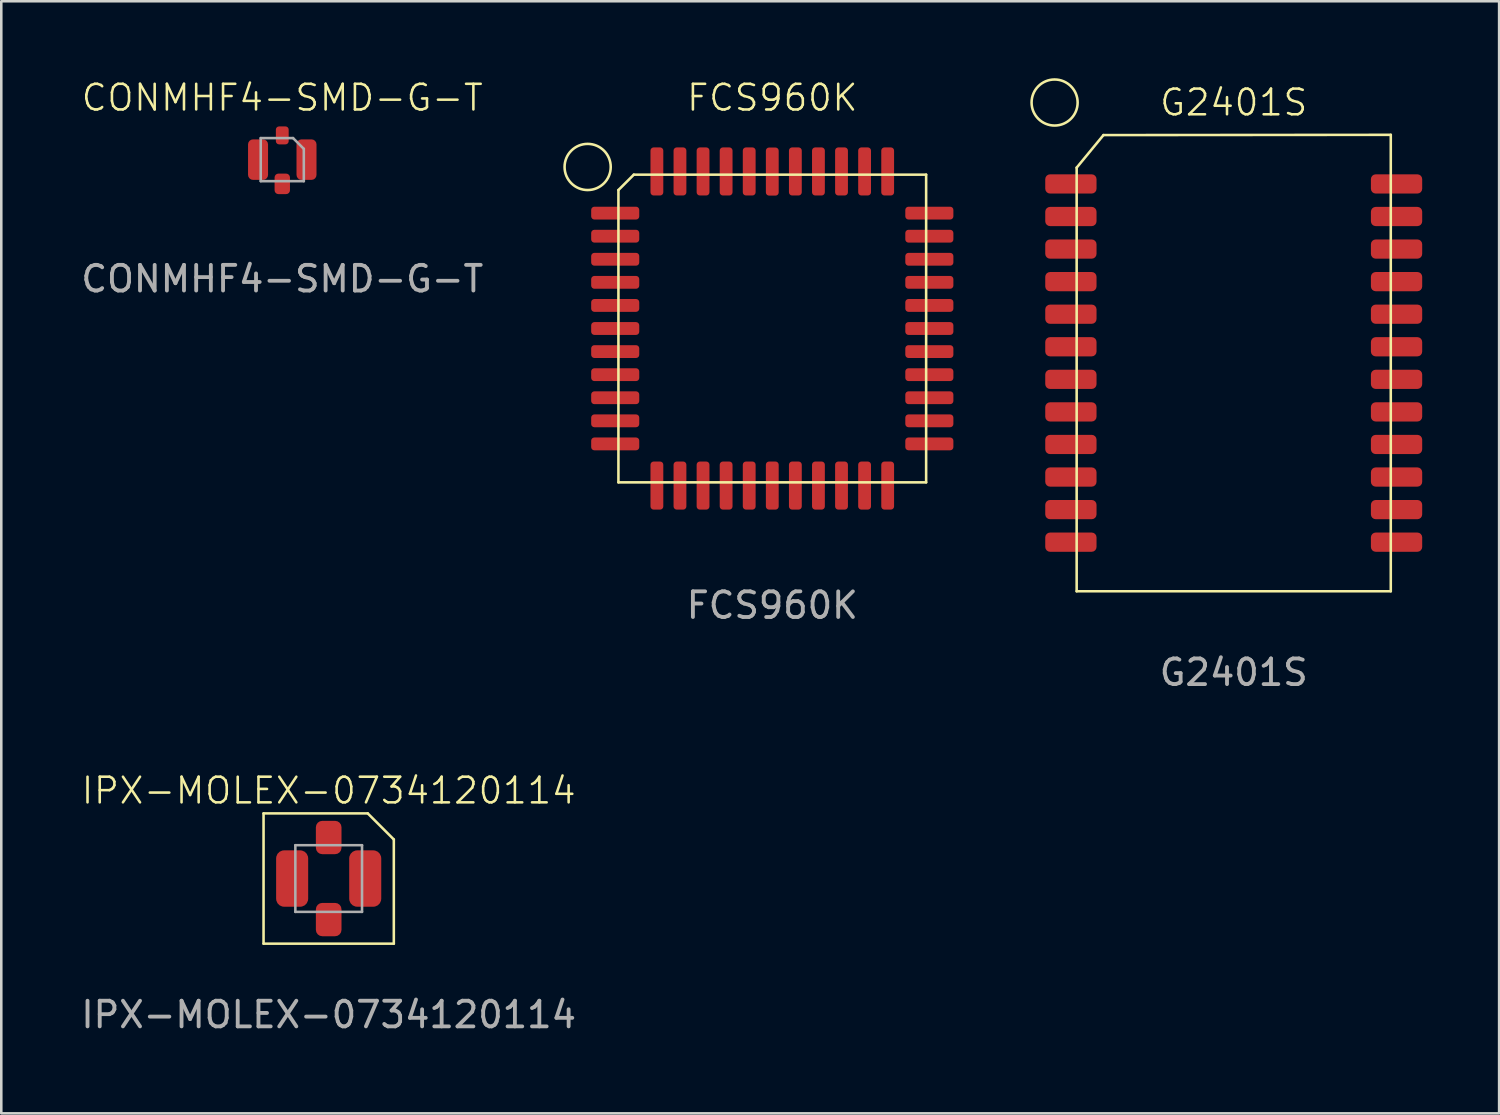
<source format=kicad_pcb>
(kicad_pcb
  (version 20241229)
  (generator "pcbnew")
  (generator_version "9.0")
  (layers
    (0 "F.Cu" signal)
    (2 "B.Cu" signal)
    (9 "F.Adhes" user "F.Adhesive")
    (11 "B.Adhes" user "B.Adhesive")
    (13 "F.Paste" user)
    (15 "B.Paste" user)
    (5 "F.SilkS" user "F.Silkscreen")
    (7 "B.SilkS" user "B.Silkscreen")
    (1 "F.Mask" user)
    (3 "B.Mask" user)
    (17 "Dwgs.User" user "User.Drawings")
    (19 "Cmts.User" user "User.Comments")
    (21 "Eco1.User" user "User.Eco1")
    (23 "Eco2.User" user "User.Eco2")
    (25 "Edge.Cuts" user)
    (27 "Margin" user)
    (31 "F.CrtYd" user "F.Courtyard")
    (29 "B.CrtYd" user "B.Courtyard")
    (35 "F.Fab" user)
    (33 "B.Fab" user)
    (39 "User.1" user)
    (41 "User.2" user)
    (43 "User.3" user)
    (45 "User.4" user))
  (footprint "CONMHF4-SMD-G-T"
    (layer "F.Cu")
    (at 7.958 3.175)
    (property "Reference" "CONMHF4-SMD-G-T" (at 0 -2.415 0) (unlocked yes) (layer "F.SilkS") (effects (font (size 1 1) (thickness 0.1))))
    (attr smd)
    (fp_line (start -0.84 -0.84) (end 0.42 -0.84) (stroke (width 0.1) (type default)) (layer "F.Fab"))
    (fp_line (start -0.84 0.84) (end -0.84 -0.84) (stroke (width 0.1) (type default)) (layer "F.Fab"))
    (fp_line (start 0.42 -0.84) (end 0.84 -0.42) (stroke (width 0.1) (type default)) (layer "F.Fab"))
    (fp_line (start 0.84 -0.42) (end 0.84 0.84) (stroke (width 0.1) (type default)) (layer "F.Fab"))
    (fp_line (start 0.84 0.84) (end -0.84 0.84) (stroke (width 0.1) (type default)) (layer "F.Fab"))
    (fp_text user "${REFERENCE}" (at 0 4.65 0) (unlocked yes) (layer "F.Fab") (effects (font (size 1 1) (thickness 0.15))))
    (pad "1" smd roundrect (at -0.945 0) (size 0.78 1.58) (layers "F.Cu" "F.Mask" "F.Paste") (roundrect_rratio 0.25))
    (pad "1" smd roundrect (at 0 -0.945) (size 0.5 0.7) (layers "F.Cu" "F.Mask" "F.Paste") (roundrect_rratio 0.25))
    (pad "1" smd roundrect (at 0.945 0) (size 0.78 1.58) (layers "F.Cu" "F.Mask" "F.Paste") (roundrect_rratio 0.25))
    (pad "2" smd roundrect (at 0 0.945) (size 0.6 0.8) (layers "F.Cu" "F.Mask" "F.Paste") (roundrect_rratio 0.25)))
  (footprint "FCS960K"
    (layer "F.Cu")
    (at 27.067 9.761)
    (property "Reference" "FCS960K" (at 0 -9 0) (unlocked yes) (layer "F.SilkS") (effects (font (size 1 1) (thickness 0.1))))
    (attr smd)
    (fp_line (start -6 6) (end -6 -5.4) (stroke (width 0.1) (type default)) (layer "F.SilkS"))
    (fp_line (start -5.4 -6) (end -6 -5.4) (stroke (width 0.1) (type default)) (layer "F.SilkS"))
    (fp_line (start -5.4 -6) (end 6 -6) (stroke (width 0.1) (type default)) (layer "F.SilkS"))
    (fp_line (start 6 -6) (end 6 6) (stroke (width 0.1) (type default)) (layer "F.SilkS"))
    (fp_line (start 6 6) (end -6 6) (stroke (width 0.1) (type default)) (layer "F.SilkS"))
    (fp_circle (center -7.2 -6.3) (end -6.3 -6.3) (stroke (width 0.1) (type default)) (fill no) (layer "F.SilkS"))
    (fp_text user "${REFERENCE}" (at 0 10.795 0) (unlocked yes) (layer "F.Fab") (effects (font (size 1 1) (thickness 0.15))))
    (pad "1" smd roundrect (at -6.125 -4.5 90) (size 0.5 1.875) (layers "F.Cu" "F.Mask" "F.Paste") (roundrect_rratio 0.25))
    (pad "2" smd roundrect (at -6.125 -3.6 90) (size 0.5 1.875) (layers "F.Cu" "F.Mask" "F.Paste") (roundrect_rratio 0.25))
    (pad "3" smd roundrect (at -6.125 -2.7 90) (size 0.5 1.875) (layers "F.Cu" "F.Mask" "F.Paste") (roundrect_rratio 0.25))
    (pad "4" smd roundrect (at -6.125 -1.8 90) (size 0.5 1.875) (layers "F.Cu" "F.Mask" "F.Paste") (roundrect_rratio 0.25))
    (pad "5" smd roundrect (at -6.125 -0.9 90) (size 0.5 1.875) (layers "F.Cu" "F.Mask" "F.Paste") (roundrect_rratio 0.25))
    (pad "6" smd roundrect (at -6.125 0 90) (size 0.5 1.875) (layers "F.Cu" "F.Mask" "F.Paste") (roundrect_rratio 0.25))
    (pad "7" smd roundrect (at -6.125 0.9 90) (size 0.5 1.875) (layers "F.Cu" "F.Mask" "F.Paste") (roundrect_rratio 0.25))
    (pad "8" smd roundrect (at -6.125 1.8 90) (size 0.5 1.875) (layers "F.Cu" "F.Mask" "F.Paste") (roundrect_rratio 0.25))
    (pad "9" smd roundrect (at -6.125 2.7 90) (size 0.5 1.875) (layers "F.Cu" "F.Mask" "F.Paste") (roundrect_rratio 0.25))
    (pad "10" smd roundrect (at -6.125 3.6 90) (size 0.5 1.875) (layers "F.Cu" "F.Mask" "F.Paste") (roundrect_rratio 0.25))
    (pad "11" smd roundrect (at -6.125 4.5 90) (size 0.5 1.875) (layers "F.Cu" "F.Mask" "F.Paste") (roundrect_rratio 0.25))
    (pad "12" smd roundrect (at -4.5 6.125) (size 0.5 1.875) (layers "F.Cu" "F.Mask" "F.Paste") (roundrect_rratio 0.25))
    (pad "13" smd roundrect (at -3.6 6.125) (size 0.5 1.875) (layers "F.Cu" "F.Mask" "F.Paste") (roundrect_rratio 0.25))
    (pad "14" smd roundrect (at -2.7 6.125) (size 0.5 1.875) (layers "F.Cu" "F.Mask" "F.Paste") (roundrect_rratio 0.25))
    (pad "15" smd roundrect (at -1.8 6.125) (size 0.5 1.875) (layers "F.Cu" "F.Mask" "F.Paste") (roundrect_rratio 0.25))
    (pad "16" smd roundrect (at -0.9 6.125) (size 0.5 1.875) (layers "F.Cu" "F.Mask" "F.Paste") (roundrect_rratio 0.25))
    (pad "17" smd roundrect (at 0 6.125) (size 0.5 1.875) (layers "F.Cu" "F.Mask" "F.Paste") (roundrect_rratio 0.25))
    (pad "18" smd roundrect (at 0.9 6.125) (size 0.5 1.875) (layers "F.Cu" "F.Mask" "F.Paste") (roundrect_rratio 0.25))
    (pad "19" smd roundrect (at 1.8 6.125) (size 0.5 1.875) (layers "F.Cu" "F.Mask" "F.Paste") (roundrect_rratio 0.25))
    (pad "20" smd roundrect (at 2.7 6.125) (size 0.5 1.875) (layers "F.Cu" "F.Mask" "F.Paste") (roundrect_rratio 0.25))
    (pad "21" smd roundrect (at 3.6 6.125) (size 0.5 1.875) (layers "F.Cu" "F.Mask" "F.Paste") (roundrect_rratio 0.25))
    (pad "22" smd roundrect (at 4.5 6.125) (size 0.5 1.875) (layers "F.Cu" "F.Mask" "F.Paste") (roundrect_rratio 0.25))
    (pad "23" smd roundrect (at 6.125 4.5 90) (size 0.5 1.875) (layers "F.Cu" "F.Mask" "F.Paste") (roundrect_rratio 0.25))
    (pad "24" smd roundrect (at 6.125 3.6 90) (size 0.5 1.875) (layers "F.Cu" "F.Mask" "F.Paste") (roundrect_rratio 0.25))
    (pad "25" smd roundrect (at 6.125 2.7 90) (size 0.5 1.875) (layers "F.Cu" "F.Mask" "F.Paste") (roundrect_rratio 0.25))
    (pad "26" smd roundrect (at 6.125 1.8 90) (size 0.5 1.875) (layers "F.Cu" "F.Mask" "F.Paste") (roundrect_rratio 0.25))
    (pad "27" smd roundrect (at 6.125 0.9 90) (size 0.5 1.875) (layers "F.Cu" "F.Mask" "F.Paste") (roundrect_rratio 0.25))
    (pad "28" smd roundrect (at 6.125 0 90) (size 0.5 1.875) (layers "F.Cu" "F.Mask" "F.Paste") (roundrect_rratio 0.25))
    (pad "29" smd roundrect (at 6.125 -0.9 90) (size 0.5 1.875) (layers "F.Cu" "F.Mask" "F.Paste") (roundrect_rratio 0.25))
    (pad "30" smd roundrect (at 6.125 -1.8 90) (size 0.5 1.875) (layers "F.Cu" "F.Mask" "F.Paste") (roundrect_rratio 0.25))
    (pad "31" smd roundrect (at 6.125 -2.7 90) (size 0.5 1.875) (layers "F.Cu" "F.Mask" "F.Paste") (roundrect_rratio 0.25))
    (pad "32" smd roundrect (at 6.125 -3.6 90) (size 0.5 1.875) (layers "F.Cu" "F.Mask" "F.Paste") (roundrect_rratio 0.25))
    (pad "33" smd roundrect (at 6.125 -4.5 90) (size 0.5 1.875) (layers "F.Cu" "F.Mask" "F.Paste") (roundrect_rratio 0.25))
    (pad "34" smd roundrect (at 4.5 -6.125) (size 0.5 1.875) (layers "F.Cu" "F.Mask" "F.Paste") (roundrect_rratio 0.25))
    (pad "35" smd roundrect (at 3.6 -6.125) (size 0.5 1.875) (layers "F.Cu" "F.Mask" "F.Paste") (roundrect_rratio 0.25))
    (pad "36" smd roundrect (at 2.7 -6.125) (size 0.5 1.875) (layers "F.Cu" "F.Mask" "F.Paste") (roundrect_rratio 0.25))
    (pad "37" smd roundrect (at 1.8 -6.125) (size 0.5 1.875) (layers "F.Cu" "F.Mask" "F.Paste") (roundrect_rratio 0.25))
    (pad "38" smd roundrect (at 0.9 -6.125) (size 0.5 1.875) (layers "F.Cu" "F.Mask" "F.Paste") (roundrect_rratio 0.25))
    (pad "39" smd roundrect (at 0 -6.12) (size 0.5 1.875) (layers "F.Cu" "F.Mask" "F.Paste") (roundrect_rratio 0.25))
    (pad "40" smd roundrect (at -0.9 -6.125) (size 0.5 1.875) (layers "F.Cu" "F.Mask" "F.Paste") (roundrect_rratio 0.25))
    (pad "41" smd roundrect (at -1.8 -6.125) (size 0.5 1.875) (layers "F.Cu" "F.Mask" "F.Paste") (roundrect_rratio 0.25))
    (pad "42" smd roundrect (at -2.7 -6.125) (size 0.5 1.875) (layers "F.Cu" "F.Mask" "F.Paste") (roundrect_rratio 0.25))
    (pad "43" smd roundrect (at -3.6 -6.125) (size 0.5 1.875) (layers "F.Cu" "F.Mask" "F.Paste") (roundrect_rratio 0.25))
    (pad "44" smd roundrect (at -4.5 -6.125) (size 0.5 1.875) (layers "F.Cu" "F.Mask" "F.Paste") (roundrect_rratio 0.25)))
  (footprint "IPX-MOLEX-0734120114"
    (layer "F.Cu")
    (at 9.768 31.211)
    (property "Reference" "IPX-MOLEX-0734120114" (at 0 -3.429 0) (unlocked yes) (layer "F.SilkS") (effects (font (size 1 1) (thickness 0.1))))
    (attr smd)
    (fp_line (start -2.54 -2.54) (end -2.54 2.54) (stroke (width 0.1) (type default)) (layer "F.SilkS"))
    (fp_line (start -2.54 2.54) (end 2.54 2.54) (stroke (width 0.1) (type default)) (layer "F.SilkS"))
    (fp_line (start 1.524 -2.54) (end -2.54 -2.54) (stroke (width 0.1) (type default)) (layer "F.SilkS"))
    (fp_line (start 1.524 -2.54) (end 2.54 -1.524) (stroke (width 0.1) (type default)) (layer "F.SilkS"))
    (fp_line (start 2.54 2.54) (end 2.54 -1.524) (stroke (width 0.1) (type default)) (layer "F.SilkS"))
    (fp_line (start -1.3 -1.3) (end 1.3 -1.3) (stroke (width 0.1) (type default)) (layer "F.Fab"))
    (fp_line (start -1.3 1.3) (end -1.3 -1.3) (stroke (width 0.1) (type default)) (layer "F.Fab"))
    (fp_line (start 1.3 -1.3) (end 1.3 1.3) (stroke (width 0.1) (type default)) (layer "F.Fab"))
    (fp_line (start 1.3 1.3) (end -1.3 1.3) (stroke (width 0.1) (type default)) (layer "F.Fab"))
    (fp_text user "${REFERENCE}" (at 0 5.31 0) (unlocked yes) (layer "F.Fab") (effects (font (size 1 1) (thickness 0.15))))
    (pad "1" smd roundrect (at -1.425 0) (size 1.25 2.2) (layers "F.Cu" "F.Mask" "F.Paste") (roundrect_rratio 0.25))
    (pad "1" smd roundrect (at 0 -1.6) (size 1 1.3) (layers "F.Cu" "F.Mask" "F.Paste") (roundrect_rratio 0.25))
    (pad "1" smd roundrect (at 1.425 0) (size 1.25 2.2) (layers "F.Cu" "F.Mask" "F.Paste") (roundrect_rratio 0.25))
    (pad "2" smd roundrect (at 0 1.6) (size 1 1.3) (layers "F.Cu" "F.Mask" "F.Paste") (roundrect_rratio 0.25)))
  (footprint "G2401S"
    (layer "F.Cu")
    (at 45.062 11.108)
    (property "Reference" "G2401S" (at 0 -10.16 0) (unlocked yes) (layer "F.SilkS") (effects (font (size 1 1) (thickness 0.1))))
    (attr smd)
    (fp_line (start -6.125 8.9) (end -6.125 -7.62) (stroke (width 0.1) (type default)) (layer "F.SilkS"))
    (fp_line (start -5.08 -8.89) (end -6.125 -7.62) (stroke (width 0.1) (type default)) (layer "F.SilkS"))
    (fp_line (start -5.08 -8.89) (end 6.125 -8.9) (stroke (width 0.1) (type default)) (layer "F.SilkS"))
    (fp_line (start 6.125 -8.9) (end 6.125 8.9) (stroke (width 0.1) (type default)) (layer "F.SilkS"))
    (fp_line (start 6.125 8.9) (end -6.125 8.9) (stroke (width 0.1) (type default)) (layer "F.SilkS"))
    (fp_circle (center -6.985 -10.16) (end -6.35 -9.525) (stroke (width 0.1) (type default)) (fill no) (layer "F.SilkS"))
    (fp_text user "${REFERENCE}" (at 0 12.065 0) (unlocked yes) (layer "F.Fab") (effects (font (size 1 1) (thickness 0.15))))
    (pad "1" smd roundrect (at -6.35 -6.985) (size 2 0.75) (layers "F.Cu" "F.Mask" "F.Paste") (roundrect_rratio 0.25))
    (pad "2" smd roundrect (at -6.35 -5.715) (size 2 0.75) (layers "F.Cu" "F.Mask" "F.Paste") (roundrect_rratio 0.25))
    (pad "3" smd roundrect (at -6.35 -4.445) (size 2 0.75) (layers "F.Cu" "F.Mask" "F.Paste") (roundrect_rratio 0.25))
    (pad "4" smd roundrect (at -6.35 -3.175) (size 2 0.75) (layers "F.Cu" "F.Mask" "F.Paste") (roundrect_rratio 0.25))
    (pad "5" smd roundrect (at -6.35 -1.905) (size 2 0.75) (layers "F.Cu" "F.Mask" "F.Paste") (roundrect_rratio 0.25))
    (pad "6" smd roundrect (at -6.35 -0.635) (size 2 0.75) (layers "F.Cu" "F.Mask" "F.Paste") (roundrect_rratio 0.25))
    (pad "7" smd roundrect (at -6.35 0.635) (size 2 0.75) (layers "F.Cu" "F.Mask" "F.Paste") (roundrect_rratio 0.25))
    (pad "8" smd roundrect (at -6.35 1.905) (size 2 0.75) (layers "F.Cu" "F.Mask" "F.Paste") (roundrect_rratio 0.25))
    (pad "9" smd roundrect (at -6.35 3.175) (size 2 0.75) (layers "F.Cu" "F.Mask" "F.Paste") (roundrect_rratio 0.25))
    (pad "10" smd roundrect (at -6.35 4.445) (size 2 0.75) (layers "F.Cu" "F.Mask" "F.Paste") (roundrect_rratio 0.25))
    (pad "11" smd roundrect (at -6.35 5.715) (size 2 0.75) (layers "F.Cu" "F.Mask" "F.Paste") (roundrect_rratio 0.25))
    (pad "12" smd roundrect (at -6.35 6.985) (size 2 0.75) (layers "F.Cu" "F.Mask" "F.Paste") (roundrect_rratio 0.25))
    (pad "13" smd roundrect (at 6.35 6.985) (size 2 0.75) (layers "F.Cu" "F.Mask" "F.Paste") (roundrect_rratio 0.25))
    (pad "14" smd roundrect (at 6.35 5.715) (size 2 0.75) (layers "F.Cu" "F.Mask" "F.Paste") (roundrect_rratio 0.25))
    (pad "15" smd roundrect (at 6.35 4.445) (size 2 0.75) (layers "F.Cu" "F.Mask" "F.Paste") (roundrect_rratio 0.25))
    (pad "16" smd roundrect (at 6.35 3.175) (size 2 0.75) (layers "F.Cu" "F.Mask" "F.Paste") (roundrect_rratio 0.25))
    (pad "17" smd roundrect (at 6.35 1.905) (size 2 0.75) (layers "F.Cu" "F.Mask" "F.Paste") (roundrect_rratio 0.25))
    (pad "18" smd roundrect (at 6.35 0.635) (size 2 0.75) (layers "F.Cu" "F.Mask" "F.Paste") (roundrect_rratio 0.25))
    (pad "19" smd roundrect (at 6.35 -0.635) (size 2 0.75) (layers "F.Cu" "F.Mask" "F.Paste") (roundrect_rratio 0.25))
    (pad "20" smd roundrect (at 6.35 -1.905) (size 2 0.75) (layers "F.Cu" "F.Mask" "F.Paste") (roundrect_rratio 0.25))
    (pad "21" smd roundrect (at 6.35 -3.175) (size 2 0.75) (layers "F.Cu" "F.Mask" "F.Paste") (roundrect_rratio 0.25))
    (pad "22" smd roundrect (at 6.35 -4.445) (size 2 0.75) (layers "F.Cu" "F.Mask" "F.Paste") (roundrect_rratio 0.25))
    (pad "23" smd roundrect (at 6.35 -5.715) (size 2 0.75) (layers "F.Cu" "F.Mask" "F.Paste") (roundrect_rratio 0.25))
    (pad "24" smd roundrect (at 6.35 -6.985) (size 2 0.75) (layers "F.Cu" "F.Mask" "F.Paste") (roundrect_rratio 0.25)))
  (gr_rect
    (start -3 -3)
    (end 55.412 40.369)
    (stroke (width 0.1) (type default))
    (fill no)
    (layer "Edge.Cuts")))
</source>
